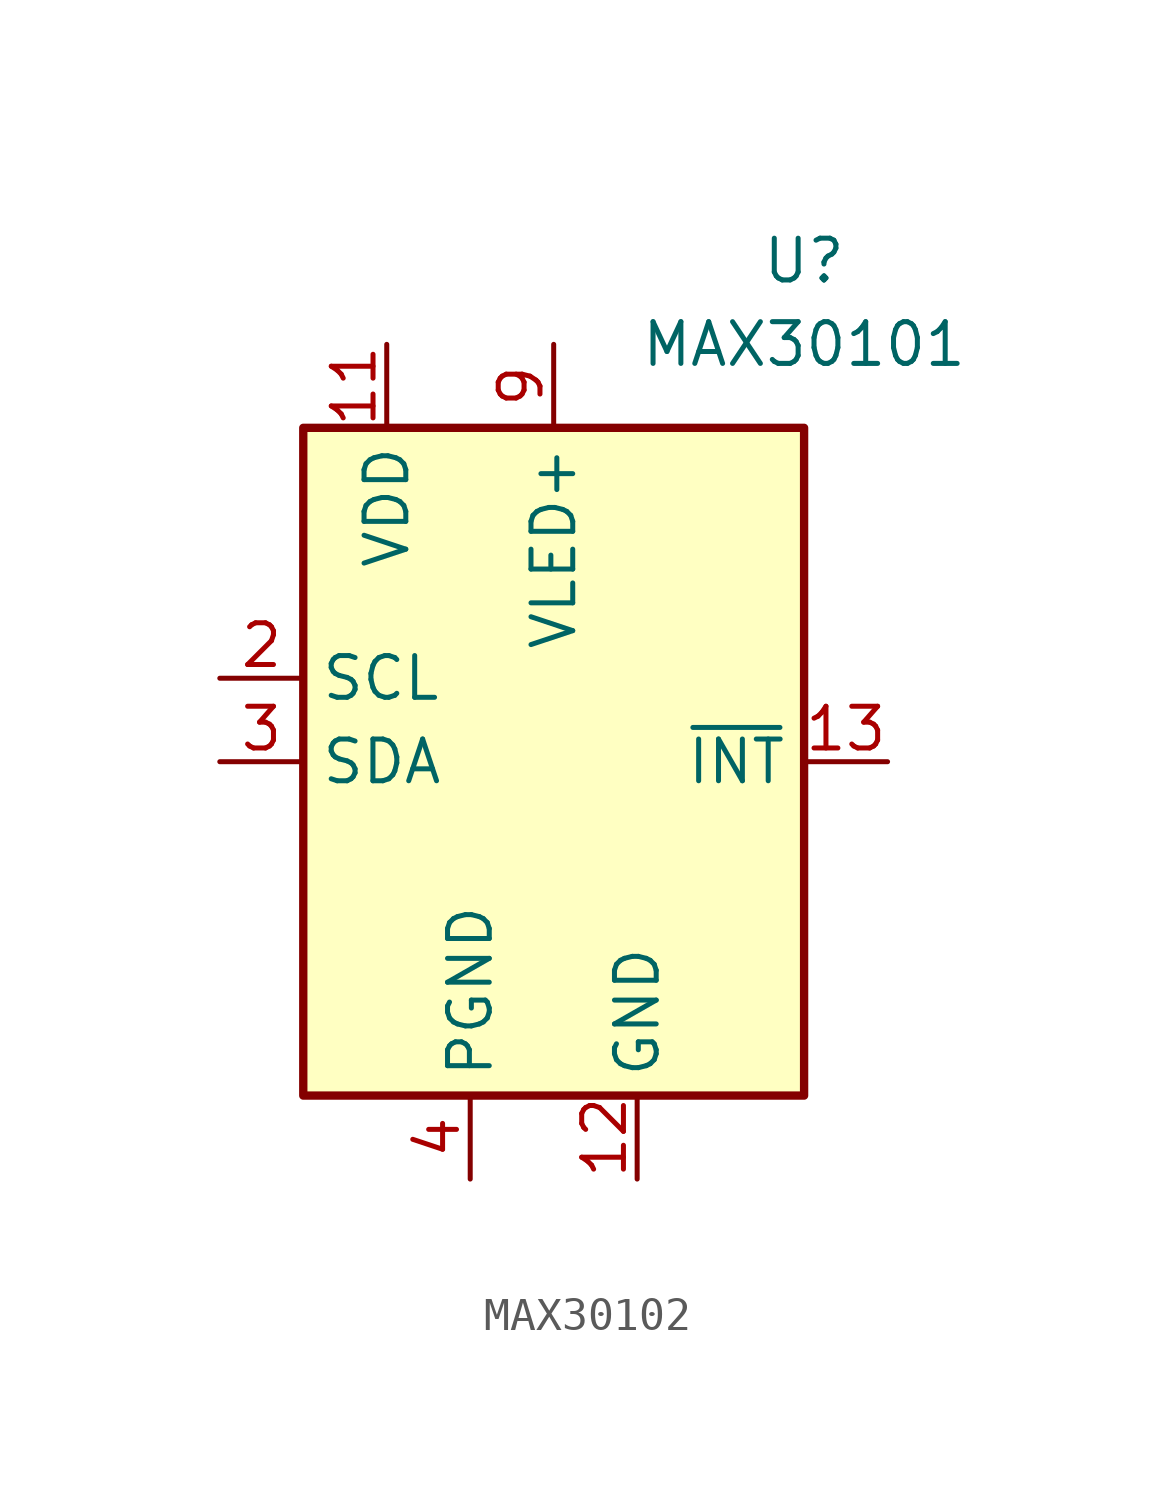
<source format=kicad_sym>
(kicad_symbol_lib
  (version 20231120)
  (generator "kicad_symbol_editor")
  (generator_version "8.0")
  (symbol "MAX30102"
    (property "Reference" "U"
      (at 7.62 15.24 0)
      (effects (font (size 1.27 1.27))))
    (property "Value" "MAX30101"
      (at 7.62 12.7 0)
      (effects (font (size 1.27 1.27))))
    (symbol "MAX30102_0_1"
      (rectangle (start -7.62 10.16) (end 7.62 -10.16) (stroke (width 0.254) (type default)) (fill (type background))))
    (symbol "MAX30102_1_1"
      (pin no_connect line (at -7.62 5.08 0) (length 2.54) hide (name "NC" (effects (font (size 1.27 1.27)))) (number "1" (effects (font (size 1.27 1.27)))))
      (pin passive line (at 0 12.7 270) (length 2.54) hide (name "VLED+" (effects (font (size 1.27 1.27)))) (number "10" (effects (font (size 1.27 1.27)))))
      (pin power_in line (at -5.08 12.7 270) (length 2.54) (name "VDD" (effects (font (size 1.27 1.27)))) (number "11" (effects (font (size 1.27 1.27)))))
      (pin power_in line (at 2.54 -12.7 90) (length 2.54) (name "GND" (effects (font (size 1.27 1.27)))) (number "12" (effects (font (size 1.27 1.27)))))
      (pin output line (at 10.16 0 180) (length 2.54) (name "~{INT}" (effects (font (size 1.27 1.27)))) (number "13" (effects (font (size 1.27 1.27)))))
      (pin no_connect line (at 7.62 2.54 180) (length 2.54) hide (name "NC" (effects (font (size 1.27 1.27)))) (number "14" (effects (font (size 1.27 1.27)))))
      (pin input line (at -10.16 2.54 0) (length 2.54) (name "SCL" (effects (font (size 1.27 1.27)))) (number "2" (effects (font (size 1.27 1.27)))))
      (pin bidirectional line (at -10.16 0 0) (length 2.54) (name "SDA" (effects (font (size 1.27 1.27)))) (number "3" (effects (font (size 1.27 1.27)))))
      (pin power_in line (at -2.54 -12.7 90) (length 2.54) (name "PGND" (effects (font (size 1.27 1.27)))) (number "4" (effects (font (size 1.27 1.27)))))
      (pin no_connect line (at 7.62 -7.62 180) (length 2.54) hide (name "NC" (effects (font (size 1.27 1.27)))) (number "5" (effects (font (size 1.27 1.27)))))
      (pin no_connect line (at 7.62 -5.08 180) (length 2.54) hide (name "NC" (effects (font (size 1.27 1.27)))) (number "6" (effects (font (size 1.27 1.27)))))
      (pin no_connect line (at -7.62 -2.54 0) (length 2.54) hide (name "NC" (effects (font (size 1.27 1.27)))) (number "7" (effects (font (size 1.27 1.27)))))
      (pin no_connect line (at 7.62 5.08 180) (length 2.54) hide (name "NC" (effects (font (size 1.27 1.27)))) (number "8" (effects (font (size 1.27 1.27)))))
      (pin power_in line (at 0 12.7 270) (length 2.54) (name "VLED+" (effects (font (size 1.27 1.27)))) (number "9" (effects (font (size 1.27 1.27))))))))
</source>
